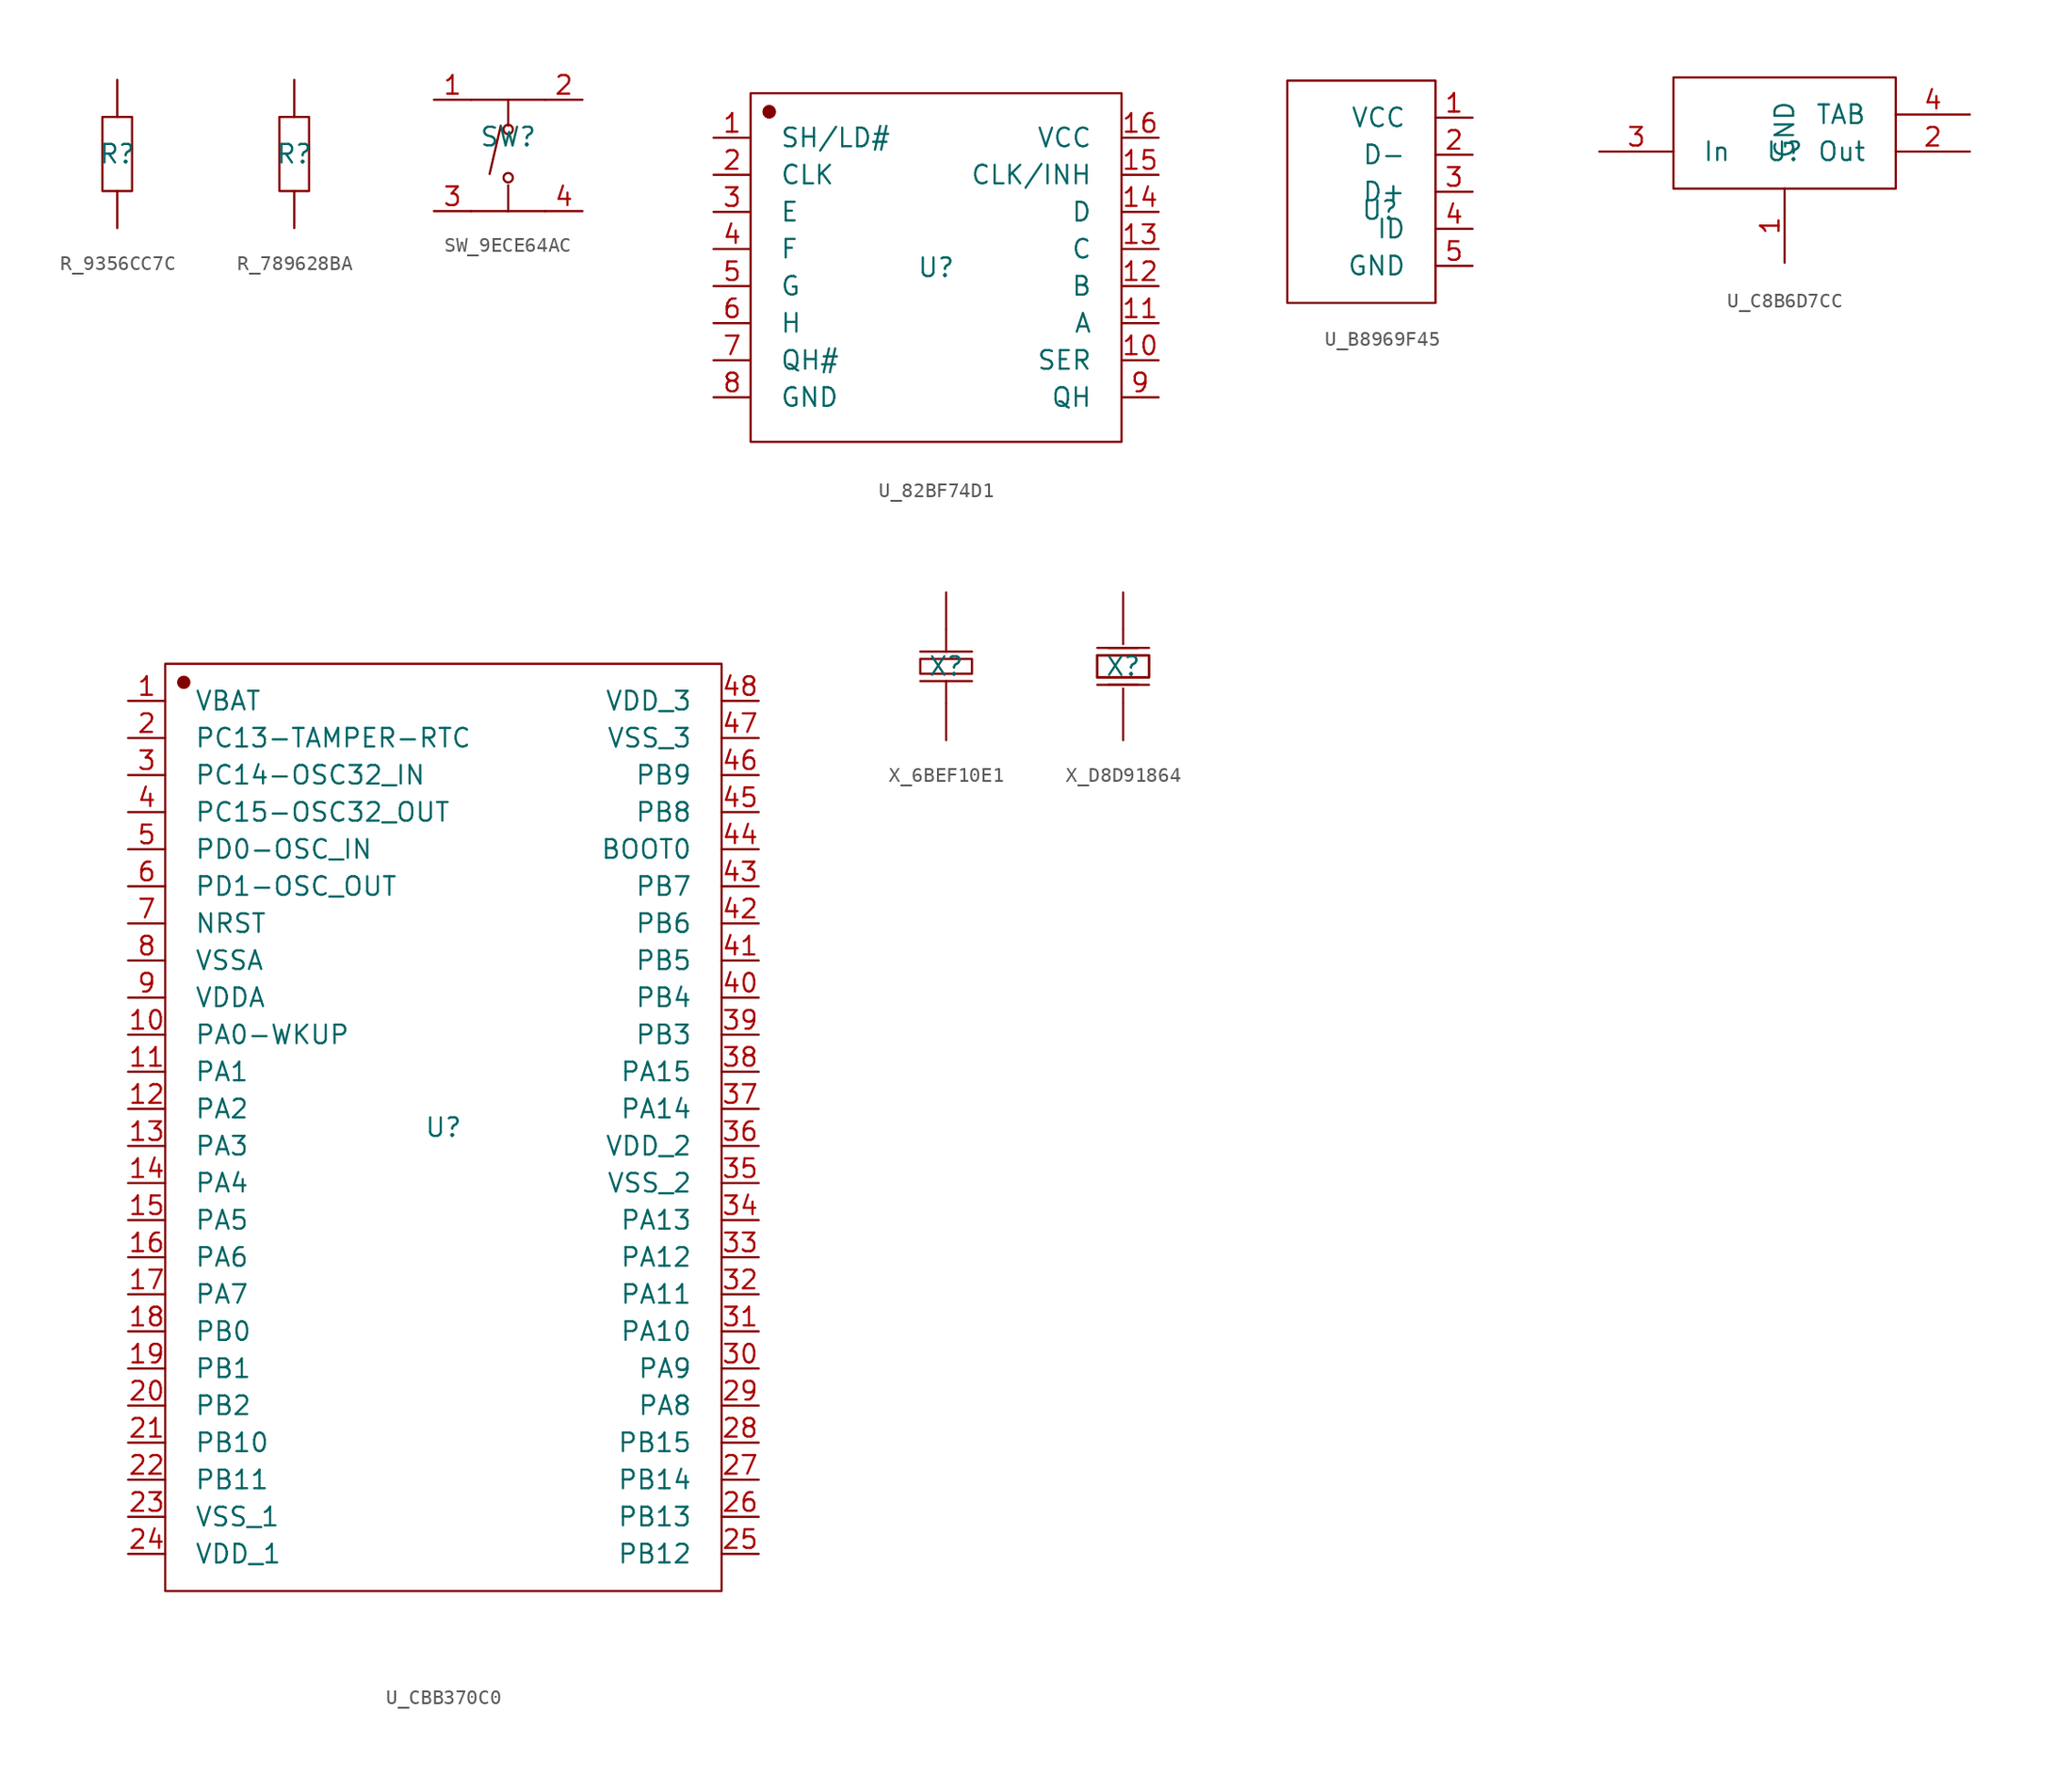
<source format=kicad_sym>
(kicad_symbol_lib
  (version 20211014)
  (generator kicad_symbol_editor)
  (symbol "R_9356CC7C"
    (pin_numbers hide)
    (pin_names
      (offset 2) hide)
    (property "Reference" "R"
      (at 0 0 0)
      (effects (font (size 1.27 1.27))))
    (property "Value" ""
      (at 0 0 0)
      (effects (font (size 1.27 1.27))))
    (symbol "R_9356CC7C_0_1"
      (rectangle (start -1.016 2.54) (end 1.016 -2.54) (stroke (width 0) (type default) (color 0 0 0 0)) (fill (type none))))
    (symbol "R_9356CC7C_1_1"
      (pin input line (at 0 -5.08 90) (length 2.54) (name "1" (effects (font (size 1.27 1.27)))) (number "1" (effects (font (size 1.27 1.27)))))
      (pin input line (at 0 5.08 270) (length 2.54) (name "2" (effects (font (size 1.27 1.27)))) (number "2" (effects (font (size 1.27 1.27)))))))
  (symbol "R_789628BA"
    (pin_numbers hide)
    (pin_names
      (offset 2) hide)
    (property "Reference" "R"
      (at 0 0 0)
      (effects (font (size 1.27 1.27))))
    (property "Value" ""
      (at 0 0 0)
      (effects (font (size 1.27 1.27))))
    (symbol "R_789628BA_0_1"
      (rectangle (start -1.016 2.54) (end 1.016 -2.54) (stroke (width 0) (type default) (color 0 0 0 0)) (fill (type none))))
    (symbol "R_789628BA_1_1"
      (pin passive line (at 0 5.08 270) (length 2.54) (name "1" (effects (font (size 1.27 1.27)))) (number "1" (effects (font (size 1.27 1.27)))))
      (pin passive line (at 0 -5.08 90) (length 2.54) (name "2" (effects (font (size 1.27 1.27)))) (number "2" (effects (font (size 1.27 1.27)))))))
  (symbol "SW_9ECE64AC"
    (pin_names
      (offset 2) hide)
    (property "Reference" "SW"
      (at 0 0 0)
      (effects (font (size 1.27 1.27))))
    (property "Value" ""
      (at 0 0 0)
      (effects (font (size 1.27 1.27))))
    (symbol "SW_9ECE64AC_0_1"
      (circle (center 0 -2.794) (radius 0.318) (stroke (width 0) (type default) (color 0 0 0 0)) (fill (type none)))
      (polyline (pts (xy -2.54 -5.08) (xy 2.54 -5.08)) (stroke (width 0) (type default) (color 0 0 0 0)) (fill (type none)))
      (polyline (pts (xy -2.54 2.54) (xy 2.54 2.54)) (stroke (width 0) (type default) (color 0 0 0 0)) (fill (type none)))
      (polyline (pts (xy -0.508 0.762) (xy -1.27 -2.54)) (stroke (width 0) (type default) (color 0 0 0 0)) (fill (type none)))
      (polyline (pts (xy 0 -3.302) (xy 0 -5.08)) (stroke (width 0) (type default) (color 0 0 0 0)) (fill (type none)))
      (polyline (pts (xy 0 0.762) (xy 0 2.54)) (stroke (width 0) (type default) (color 0 0 0 0)) (fill (type none)))
      (circle (center 0 0.508) (radius 0.318) (stroke (width 0) (type default) (color 0 0 0 0)) (fill (type none))))
    (symbol "SW_9ECE64AC_1_1"
      (pin passive line (at -5.08 2.54 0) (length 2.54) (name "A" (effects (font (size 1.27 1.27)))) (number "1" (effects (font (size 1.27 1.27)))))
      (pin passive line (at 5.08 2.54 180) (length 2.54) (name "B" (effects (font (size 1.27 1.27)))) (number "2" (effects (font (size 1.27 1.27)))))
      (pin passive line (at -5.08 -5.08 0) (length 2.54) (name "C" (effects (font (size 1.27 1.27)))) (number "3" (effects (font (size 1.27 1.27)))))
      (pin passive line (at 5.08 -5.08 180) (length 2.54) (name "D" (effects (font (size 1.27 1.27)))) (number "4" (effects (font (size 1.27 1.27)))))))
  (symbol "U_82BF74D1"
    (pin_names
      (offset 2))
    (property "Reference" "U"
      (at 0 0 0)
      (effects (font (size 1.27 1.27))))
    (property "Value" ""
      (at 0 0 0)
      (effects (font (size 1.27 1.27))))
    (symbol "U_82BF74D1_0_1"
      (rectangle (start -12.7 11.938) (end 12.7 -11.938) (stroke (width 0) (type default) (color 0 0 0 0)) (fill (type none)))
      (circle (center -11.43 10.668) (radius 0.381) (stroke (width 0) (type default) (color 0 0 0 0)) (fill (type outline)))
      (circle (center -11.43 10.668) (radius 0.381) (stroke (width 0) (type default) (color 0 0 0 0)) (fill (type outline))))
    (symbol "U_82BF74D1_1_1"
      (pin passive line (at -15.24 8.89 0) (length 2.54) (name "SH/LD#" (effects (font (size 1.27 1.27)))) (number "1" (effects (font (size 1.27 1.27)))))
      (pin passive line (at 15.24 -6.35 180) (length 2.54) (name "SER" (effects (font (size 1.27 1.27)))) (number "10" (effects (font (size 1.27 1.27)))))
      (pin passive line (at 15.24 -3.81 180) (length 2.54) (name "A" (effects (font (size 1.27 1.27)))) (number "11" (effects (font (size 1.27 1.27)))))
      (pin passive line (at 15.24 -1.27 180) (length 2.54) (name "B" (effects (font (size 1.27 1.27)))) (number "12" (effects (font (size 1.27 1.27)))))
      (pin passive line (at 15.24 1.27 180) (length 2.54) (name "C" (effects (font (size 1.27 1.27)))) (number "13" (effects (font (size 1.27 1.27)))))
      (pin passive line (at 15.24 3.81 180) (length 2.54) (name "D" (effects (font (size 1.27 1.27)))) (number "14" (effects (font (size 1.27 1.27)))))
      (pin passive line (at 15.24 6.35 180) (length 2.54) (name "CLK/INH" (effects (font (size 1.27 1.27)))) (number "15" (effects (font (size 1.27 1.27)))))
      (pin passive line (at 15.24 8.89 180) (length 2.54) (name "VCC" (effects (font (size 1.27 1.27)))) (number "16" (effects (font (size 1.27 1.27)))))
      (pin passive line (at -15.24 6.35 0) (length 2.54) (name "CLK" (effects (font (size 1.27 1.27)))) (number "2" (effects (font (size 1.27 1.27)))))
      (pin passive line (at -15.24 3.81 0) (length 2.54) (name "E" (effects (font (size 1.27 1.27)))) (number "3" (effects (font (size 1.27 1.27)))))
      (pin passive line (at -15.24 1.27 0) (length 2.54) (name "F" (effects (font (size 1.27 1.27)))) (number "4" (effects (font (size 1.27 1.27)))))
      (pin passive line (at -15.24 -1.27 0) (length 2.54) (name "G" (effects (font (size 1.27 1.27)))) (number "5" (effects (font (size 1.27 1.27)))))
      (pin passive line (at -15.24 -3.81 0) (length 2.54) (name "H" (effects (font (size 1.27 1.27)))) (number "6" (effects (font (size 1.27 1.27)))))
      (pin passive line (at -15.24 -6.35 0) (length 2.54) (name "QH#" (effects (font (size 1.27 1.27)))) (number "7" (effects (font (size 1.27 1.27)))))
      (pin passive line (at -15.24 -8.89 0) (length 2.54) (name "GND" (effects (font (size 1.27 1.27)))) (number "8" (effects (font (size 1.27 1.27)))))
      (pin passive line (at 15.24 -8.89 180) (length 2.54) (name "QH" (effects (font (size 1.27 1.27)))) (number "9" (effects (font (size 1.27 1.27)))))))
  (symbol "U_B8969F45"
    (pin_names
      (offset 2))
    (property "Reference" "U"
      (at 0 0 0)
      (effects (font (size 1.27 1.27))))
    (symbol "U_B8969F45_0_1"
      (rectangle (start -6.35 8.89) (end 3.81 -6.35) (stroke (width 0) (type default) (color 0 0 0 0)) (fill (type none))))
    (symbol "U_B8969F45_1_1"
      (pin input line (at 6.35 6.35 180) (length 2.54) (name "VCC" (effects (font (size 1.27 1.27)))) (number "1" (effects (font (size 1.27 1.27)))))
      (pin input line (at 6.35 3.81 180) (length 2.54) (name "D-" (effects (font (size 1.27 1.27)))) (number "2" (effects (font (size 1.27 1.27)))))
      (pin input line (at 6.35 1.27 180) (length 2.54) (name "D+" (effects (font (size 1.27 1.27)))) (number "3" (effects (font (size 1.27 1.27)))))
      (pin input line (at 6.35 -1.27 180) (length 2.54) (name "ID" (effects (font (size 1.27 1.27)))) (number "4" (effects (font (size 1.27 1.27)))))
      (pin input line (at 6.35 -3.81 180) (length 2.54) (name "GND" (effects (font (size 1.27 1.27)))) (number "5" (effects (font (size 1.27 1.27)))))))
  (symbol "U_C8B6D7CC"
    (pin_names
      (offset 2))
    (property "Reference" "U"
      (at 0 0 0)
      (effects (font (size 1.27 1.27))))
    (property "Value" ""
      (at 0 0 0)
      (effects (font (size 1.27 1.27))))
    (symbol "U_C8B6D7CC_0_1"
      (rectangle (start -7.62 5.08) (end 7.62 -2.54) (stroke (width 0) (type default) (color 0 0 0 0)) (fill (type none))))
    (symbol "U_C8B6D7CC_1_1"
      (pin passive line (at 0 -7.62 90) (length 5.08) (name "GND" (effects (font (size 1.27 1.27)))) (number "1" (effects (font (size 1.27 1.27)))))
      (pin passive line (at 12.7 0 180) (length 5.08) (name "Out" (effects (font (size 1.27 1.27)))) (number "2" (effects (font (size 1.27 1.27)))))
      (pin passive line (at -12.7 0 0) (length 5.08) (name "In" (effects (font (size 1.27 1.27)))) (number "3" (effects (font (size 1.27 1.27)))))
      (pin passive line (at 12.7 2.54 180) (length 5.08) (name "TAB" (effects (font (size 1.27 1.27)))) (number "4" (effects (font (size 1.27 1.27)))))))
  (symbol "U_CBB370C0"
    (pin_names
      (offset 2))
    (property "Reference" "U"
      (at 0 0 0)
      (effects (font (size 1.27 1.27))))
    (property "Value" ""
      (at 0 0 0)
      (effects (font (size 1.27 1.27))))
    (symbol "U_CBB370C0_0_1"
      (rectangle (start -19.05 31.75) (end 19.05 -31.75) (stroke (width 0) (type default) (color 0 0 0 0)) (fill (type none)))
      (circle (center -17.78 30.48) (radius 0.381) (stroke (width 0) (type default) (color 0 0 0 0)) (fill (type outline))))
    (symbol "U_CBB370C0_1_1"
      (pin passive line (at -21.59 29.21 0) (length 2.54) (name "VBAT" (effects (font (size 1.27 1.27)))) (number "1" (effects (font (size 1.27 1.27)))))
      (pin passive line (at -21.59 6.35 0) (length 2.54) (name "PA0-WKUP" (effects (font (size 1.27 1.27)))) (number "10" (effects (font (size 1.27 1.27)))))
      (pin passive line (at -21.59 3.81 0) (length 2.54) (name "PA1" (effects (font (size 1.27 1.27)))) (number "11" (effects (font (size 1.27 1.27)))))
      (pin passive line (at -21.59 1.27 0) (length 2.54) (name "PA2" (effects (font (size 1.27 1.27)))) (number "12" (effects (font (size 1.27 1.27)))))
      (pin passive line (at -21.59 -1.27 0) (length 2.54) (name "PA3" (effects (font (size 1.27 1.27)))) (number "13" (effects (font (size 1.27 1.27)))))
      (pin passive line (at -21.59 -3.81 0) (length 2.54) (name "PA4" (effects (font (size 1.27 1.27)))) (number "14" (effects (font (size 1.27 1.27)))))
      (pin passive line (at -21.59 -6.35 0) (length 2.54) (name "PA5" (effects (font (size 1.27 1.27)))) (number "15" (effects (font (size 1.27 1.27)))))
      (pin passive line (at -21.59 -8.89 0) (length 2.54) (name "PA6" (effects (font (size 1.27 1.27)))) (number "16" (effects (font (size 1.27 1.27)))))
      (pin passive line (at -21.59 -11.43 0) (length 2.54) (name "PA7" (effects (font (size 1.27 1.27)))) (number "17" (effects (font (size 1.27 1.27)))))
      (pin passive line (at -21.59 -13.97 0) (length 2.54) (name "PB0" (effects (font (size 1.27 1.27)))) (number "18" (effects (font (size 1.27 1.27)))))
      (pin passive line (at -21.59 -16.51 0) (length 2.54) (name "PB1" (effects (font (size 1.27 1.27)))) (number "19" (effects (font (size 1.27 1.27)))))
      (pin passive line (at -21.59 26.67 0) (length 2.54) (name "PC13-TAMPER-RTC" (effects (font (size 1.27 1.27)))) (number "2" (effects (font (size 1.27 1.27)))))
      (pin passive line (at -21.59 -19.05 0) (length 2.54) (name "PB2" (effects (font (size 1.27 1.27)))) (number "20" (effects (font (size 1.27 1.27)))))
      (pin passive line (at -21.59 -21.59 0) (length 2.54) (name "PB10" (effects (font (size 1.27 1.27)))) (number "21" (effects (font (size 1.27 1.27)))))
      (pin passive line (at -21.59 -24.13 0) (length 2.54) (name "PB11" (effects (font (size 1.27 1.27)))) (number "22" (effects (font (size 1.27 1.27)))))
      (pin passive line (at -21.59 -26.67 0) (length 2.54) (name "VSS_1" (effects (font (size 1.27 1.27)))) (number "23" (effects (font (size 1.27 1.27)))))
      (pin passive line (at -21.59 -29.21 0) (length 2.54) (name "VDD_1" (effects (font (size 1.27 1.27)))) (number "24" (effects (font (size 1.27 1.27)))))
      (pin passive line (at 21.59 -29.21 180) (length 2.54) (name "PB12" (effects (font (size 1.27 1.27)))) (number "25" (effects (font (size 1.27 1.27)))))
      (pin passive line (at 21.59 -26.67 180) (length 2.54) (name "PB13" (effects (font (size 1.27 1.27)))) (number "26" (effects (font (size 1.27 1.27)))))
      (pin passive line (at 21.59 -24.13 180) (length 2.54) (name "PB14" (effects (font (size 1.27 1.27)))) (number "27" (effects (font (size 1.27 1.27)))))
      (pin passive line (at 21.59 -21.59 180) (length 2.54) (name "PB15" (effects (font (size 1.27 1.27)))) (number "28" (effects (font (size 1.27 1.27)))))
      (pin passive line (at 21.59 -19.05 180) (length 2.54) (name "PA8" (effects (font (size 1.27 1.27)))) (number "29" (effects (font (size 1.27 1.27)))))
      (pin passive line (at -21.59 24.13 0) (length 2.54) (name "PC14-OSC32_IN" (effects (font (size 1.27 1.27)))) (number "3" (effects (font (size 1.27 1.27)))))
      (pin passive line (at 21.59 -16.51 180) (length 2.54) (name "PA9" (effects (font (size 1.27 1.27)))) (number "30" (effects (font (size 1.27 1.27)))))
      (pin passive line (at 21.59 -13.97 180) (length 2.54) (name "PA10" (effects (font (size 1.27 1.27)))) (number "31" (effects (font (size 1.27 1.27)))))
      (pin passive line (at 21.59 -11.43 180) (length 2.54) (name "PA11" (effects (font (size 1.27 1.27)))) (number "32" (effects (font (size 1.27 1.27)))))
      (pin passive line (at 21.59 -8.89 180) (length 2.54) (name "PA12" (effects (font (size 1.27 1.27)))) (number "33" (effects (font (size 1.27 1.27)))))
      (pin passive line (at 21.59 -6.35 180) (length 2.54) (name "PA13" (effects (font (size 1.27 1.27)))) (number "34" (effects (font (size 1.27 1.27)))))
      (pin passive line (at 21.59 -3.81 180) (length 2.54) (name "VSS_2" (effects (font (size 1.27 1.27)))) (number "35" (effects (font (size 1.27 1.27)))))
      (pin passive line (at 21.59 -1.27 180) (length 2.54) (name "VDD_2" (effects (font (size 1.27 1.27)))) (number "36" (effects (font (size 1.27 1.27)))))
      (pin passive line (at 21.59 1.27 180) (length 2.54) (name "PA14" (effects (font (size 1.27 1.27)))) (number "37" (effects (font (size 1.27 1.27)))))
      (pin passive line (at 21.59 3.81 180) (length 2.54) (name "PA15" (effects (font (size 1.27 1.27)))) (number "38" (effects (font (size 1.27 1.27)))))
      (pin passive line (at 21.59 6.35 180) (length 2.54) (name "PB3" (effects (font (size 1.27 1.27)))) (number "39" (effects (font (size 1.27 1.27)))))
      (pin passive line (at -21.59 21.59 0) (length 2.54) (name "PC15-OSC32_OUT" (effects (font (size 1.27 1.27)))) (number "4" (effects (font (size 1.27 1.27)))))
      (pin passive line (at 21.59 8.89 180) (length 2.54) (name "PB4" (effects (font (size 1.27 1.27)))) (number "40" (effects (font (size 1.27 1.27)))))
      (pin passive line (at 21.59 11.43 180) (length 2.54) (name "PB5" (effects (font (size 1.27 1.27)))) (number "41" (effects (font (size 1.27 1.27)))))
      (pin passive line (at 21.59 13.97 180) (length 2.54) (name "PB6" (effects (font (size 1.27 1.27)))) (number "42" (effects (font (size 1.27 1.27)))))
      (pin passive line (at 21.59 16.51 180) (length 2.54) (name "PB7" (effects (font (size 1.27 1.27)))) (number "43" (effects (font (size 1.27 1.27)))))
      (pin passive line (at 21.59 19.05 180) (length 2.54) (name "BOOT0" (effects (font (size 1.27 1.27)))) (number "44" (effects (font (size 1.27 1.27)))))
      (pin passive line (at 21.59 21.59 180) (length 2.54) (name "PB8" (effects (font (size 1.27 1.27)))) (number "45" (effects (font (size 1.27 1.27)))))
      (pin passive line (at 21.59 24.13 180) (length 2.54) (name "PB9" (effects (font (size 1.27 1.27)))) (number "46" (effects (font (size 1.27 1.27)))))
      (pin passive line (at 21.59 26.67 180) (length 2.54) (name "VSS_3" (effects (font (size 1.27 1.27)))) (number "47" (effects (font (size 1.27 1.27)))))
      (pin passive line (at 21.59 29.21 180) (length 2.54) (name "VDD_3" (effects (font (size 1.27 1.27)))) (number "48" (effects (font (size 1.27 1.27)))))
      (pin passive line (at -21.59 19.05 0) (length 2.54) (name "PD0-OSC_IN" (effects (font (size 1.27 1.27)))) (number "5" (effects (font (size 1.27 1.27)))))
      (pin passive line (at -21.59 16.51 0) (length 2.54) (name "PD1-OSC_OUT" (effects (font (size 1.27 1.27)))) (number "6" (effects (font (size 1.27 1.27)))))
      (pin passive line (at -21.59 13.97 0) (length 2.54) (name "NRST" (effects (font (size 1.27 1.27)))) (number "7" (effects (font (size 1.27 1.27)))))
      (pin passive line (at -21.59 11.43 0) (length 2.54) (name "VSSA" (effects (font (size 1.27 1.27)))) (number "8" (effects (font (size 1.27 1.27)))))
      (pin passive line (at -21.59 8.89 0) (length 2.54) (name "VDDA" (effects (font (size 1.27 1.27)))) (number "9" (effects (font (size 1.27 1.27)))))))
  (symbol "X_6BEF10E1"
    (pin_numbers hide)
    (pin_names
      (offset 2) hide)
    (property "Reference" "X"
      (at 0 0 0)
      (effects (font (size 1.27 1.27))))
    (property "Value" ""
      (at 0 0 0)
      (effects (font (size 1.27 1.27))))
    (symbol "X_6BEF10E1_0_1"
      (rectangle (start -1.778 0.508) (end 1.778 -0.508) (stroke (width 0) (type default) (color 0 0 0 0)) (fill (type none)))
      (polyline (pts (xy -1.778 -1.016) (xy 1.778 -1.016)) (stroke (width 0) (type default) (color 0 0 0 0)) (fill (type none)))
      (polyline (pts (xy -1.778 1.016) (xy 1.778 1.016)) (stroke (width 0) (type default) (color 0 0 0 0)) (fill (type none)))
      (polyline (pts (xy 0 -2.54) (xy 0 -1.016)) (stroke (width 0) (type default) (color 0 0 0 0)) (fill (type none)))
      (polyline (pts (xy 0 1.016) (xy 0 2.54)) (stroke (width 0) (type default) (color 0 0 0 0)) (fill (type none))))
    (symbol "X_6BEF10E1_1_1"
      (pin passive line (at 0 -5.08 90) (length 2.54) (name "1" (effects (font (size 1.27 1.27)))) (number "1" (effects (font (size 1.27 1.27)))))
      (pin passive line (at 0 5.08 270) (length 2.54) (name "2" (effects (font (size 1.27 1.27)))) (number "2" (effects (font (size 1.27 1.27)))))))
  (symbol "X_D8D91864"
    (pin_numbers hide)
    (pin_names
      (offset 2) hide)
    (property "Reference" "X"
      (at 0 0 0)
      (effects (font (size 1.27 1.27))))
    (property "Value" ""
      (at 0 0 0)
      (effects (font (size 1.27 1.27))))
    (symbol "X_D8D91864_0_1"
      (polyline (pts (xy -1.778 -1.27) (xy 1.778 -1.27)) (stroke (width 0) (type default) (color 0 0 0 0)) (fill (type none)))
      (polyline (pts (xy -1.778 -0.762) (xy -1.778 0.762)) (stroke (width 0) (type default) (color 0 0 0 0)) (fill (type none)))
      (polyline (pts (xy -1.778 1.27) (xy 1.778 1.27)) (stroke (width 0) (type default) (color 0 0 0 0)) (fill (type none)))
      (polyline (pts (xy -1.016 -1.27) (xy 1.016 -1.27)) (stroke (width 0) (type default) (color 0 0 0 0)) (fill (type none)))
      (polyline (pts (xy -1.016 1.27) (xy 1.016 1.27)) (stroke (width 0) (type default) (color 0 0 0 0)) (fill (type none)))
      (polyline (pts (xy 0 -2.54) (xy 0 -1.524)) (stroke (width 0) (type default) (color 0 0 0 0)) (fill (type none)))
      (polyline (pts (xy 0 2.54) (xy 0 1.524)) (stroke (width 0) (type default) (color 0 0 0 0)) (fill (type none)))
      (polyline (pts (xy -1.778 0.762) (xy 1.778 0.762) (xy 1.778 -0.762) (xy -1.778 -0.762)) (stroke (width 0) (type default) (color 0 0 0 0)) (fill (type none)))
      (polyline (pts (xy 1.778 -0.762) (xy -1.778 -0.762) (xy -1.778 0.762) (xy 1.778 0.762) (xy 1.778 -0.762)) (stroke (width 0) (type default) (color 0 0 0 0)) (fill (type none))))
    (symbol "X_D8D91864_1_1"
      (pin input line (at 0 5.08 270) (length 2.54) (name "OSC1" (effects (font (size 1.27 1.27)))) (number "1" (effects (font (size 1.27 1.27)))))
      (pin input line (at 0 -5.08 90) (length 2.54) (name "OSC2" (effects (font (size 1.27 1.27)))) (number "2" (effects (font (size 1.27 1.27))))))))
</source>
